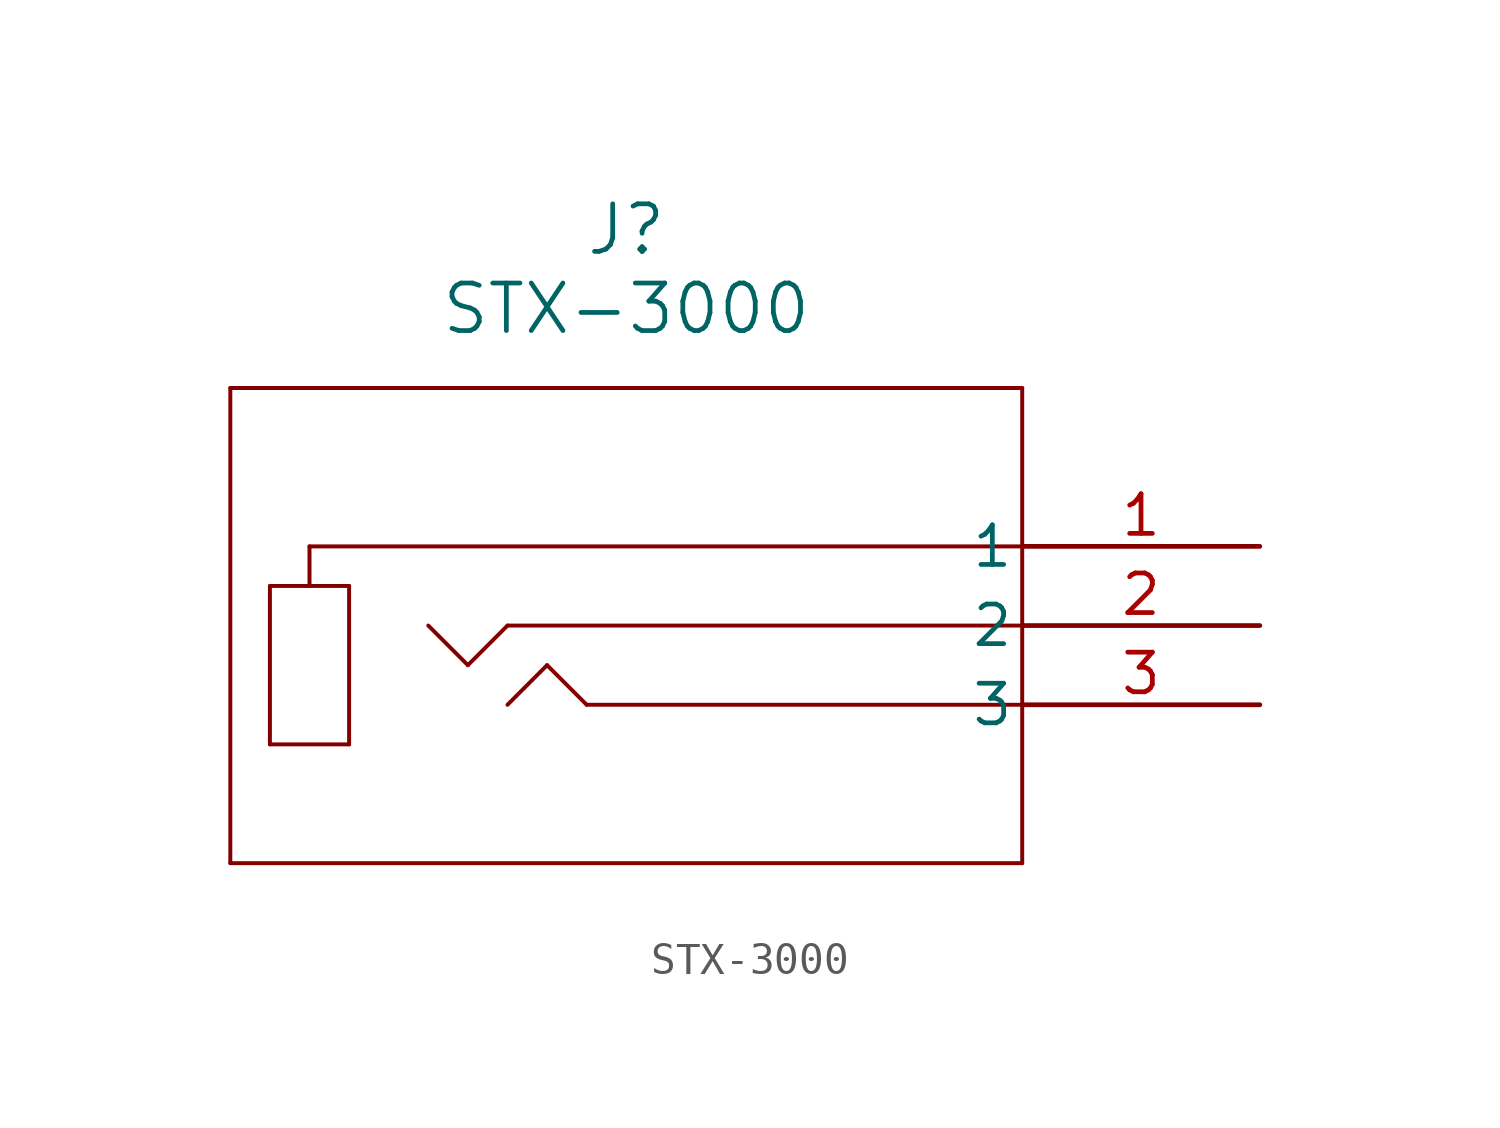
<source format=kicad_sym>
(kicad_symbol_lib
  (version 20211014)
  (generator kicad_symbol_editor)
  (symbol "STX-3000"
    (pin_names
      (offset 0.254))
    (property "Reference" "J"
      (at -20.32 10.16 0)
      (effects (font (size 1.524 1.524))))
    (property "Value" "STX-3000"
      (at -20.32 7.62 0)
      (effects (font (size 1.524 1.524))))
    (symbol "STX-3000_0_1"
      (polyline (pts (xy -33.02 5.08) (xy -33.02 -10.16)) (stroke (width 0.127) (type default) (color 0 0 0 0)) (fill (type none)))
      (polyline (pts (xy -33.02 -10.16) (xy -7.62 -10.16)) (stroke (width 0.127) (type default) (color 0 0 0 0)) (fill (type none)))
      (polyline (pts (xy -7.62 -10.16) (xy -7.62 5.08)) (stroke (width 0.127) (type default) (color 0 0 0 0)) (fill (type none)))
      (polyline (pts (xy -7.62 5.08) (xy -33.02 5.08)) (stroke (width 0.127) (type default) (color 0 0 0 0)) (fill (type none)))
      (polyline (pts (xy -7.62 0) (xy -30.48 0)) (stroke (width 0.127) (type default) (color 0 0 0 0)) (fill (type none)))
      (polyline (pts (xy -30.48 0) (xy -30.48 -1.27)) (stroke (width 0.127) (type default) (color 0 0 0 0)) (fill (type none)))
      (polyline (pts (xy -31.75 -1.27) (xy -29.21 -1.27)) (stroke (width 0.127) (type default) (color 0 0 0 0)) (fill (type none)))
      (polyline (pts (xy -29.21 -1.27) (xy -29.21 -6.35)) (stroke (width 0.127) (type default) (color 0 0 0 0)) (fill (type none)))
      (polyline (pts (xy -29.21 -6.35) (xy -31.75 -6.35)) (stroke (width 0.127) (type default) (color 0 0 0 0)) (fill (type none)))
      (polyline (pts (xy -31.75 -6.35) (xy -31.75 -1.27)) (stroke (width 0.127) (type default) (color 0 0 0 0)) (fill (type none)))
      (polyline (pts (xy -7.62 -2.54) (xy -24.13 -2.54)) (stroke (width 0.127) (type default) (color 0 0 0 0)) (fill (type none)))
      (polyline (pts (xy -25.4 -3.81) (xy -24.13 -2.54)) (stroke (width 0.127) (type default) (color 0 0 0 0)) (fill (type none)))
      (polyline (pts (xy -25.4 -3.81) (xy -26.67 -2.54)) (stroke (width 0.127) (type default) (color 0 0 0 0)) (fill (type none)))
      (polyline (pts (xy -7.62 -5.08) (xy -21.59 -5.08)) (stroke (width 0.127) (type default) (color 0 0 0 0)) (fill (type none)))
      (polyline (pts (xy -21.59 -5.08) (xy -22.86 -3.81)) (stroke (width 0.127) (type default) (color 0 0 0 0)) (fill (type none)))
      (polyline (pts (xy -22.86 -3.81) (xy -24.13 -5.08)) (stroke (width 0.127) (type default) (color 0 0 0 0)) (fill (type none)))
      (pin unspecified line (at 0 0 180) (length 7.62) (name "1" (effects (font (size 1.27 1.27)))) (number "1" (effects (font (size 1.27 1.27)))))
      (pin unspecified line (at 0 -2.54 180) (length 7.62) (name "2" (effects (font (size 1.27 1.27)))) (number "2" (effects (font (size 1.27 1.27)))))
      (pin unspecified line (at 0 -5.08 180) (length 7.62) (name "3" (effects (font (size 1.27 1.27)))) (number "3" (effects (font (size 1.27 1.27))))))))
</source>
